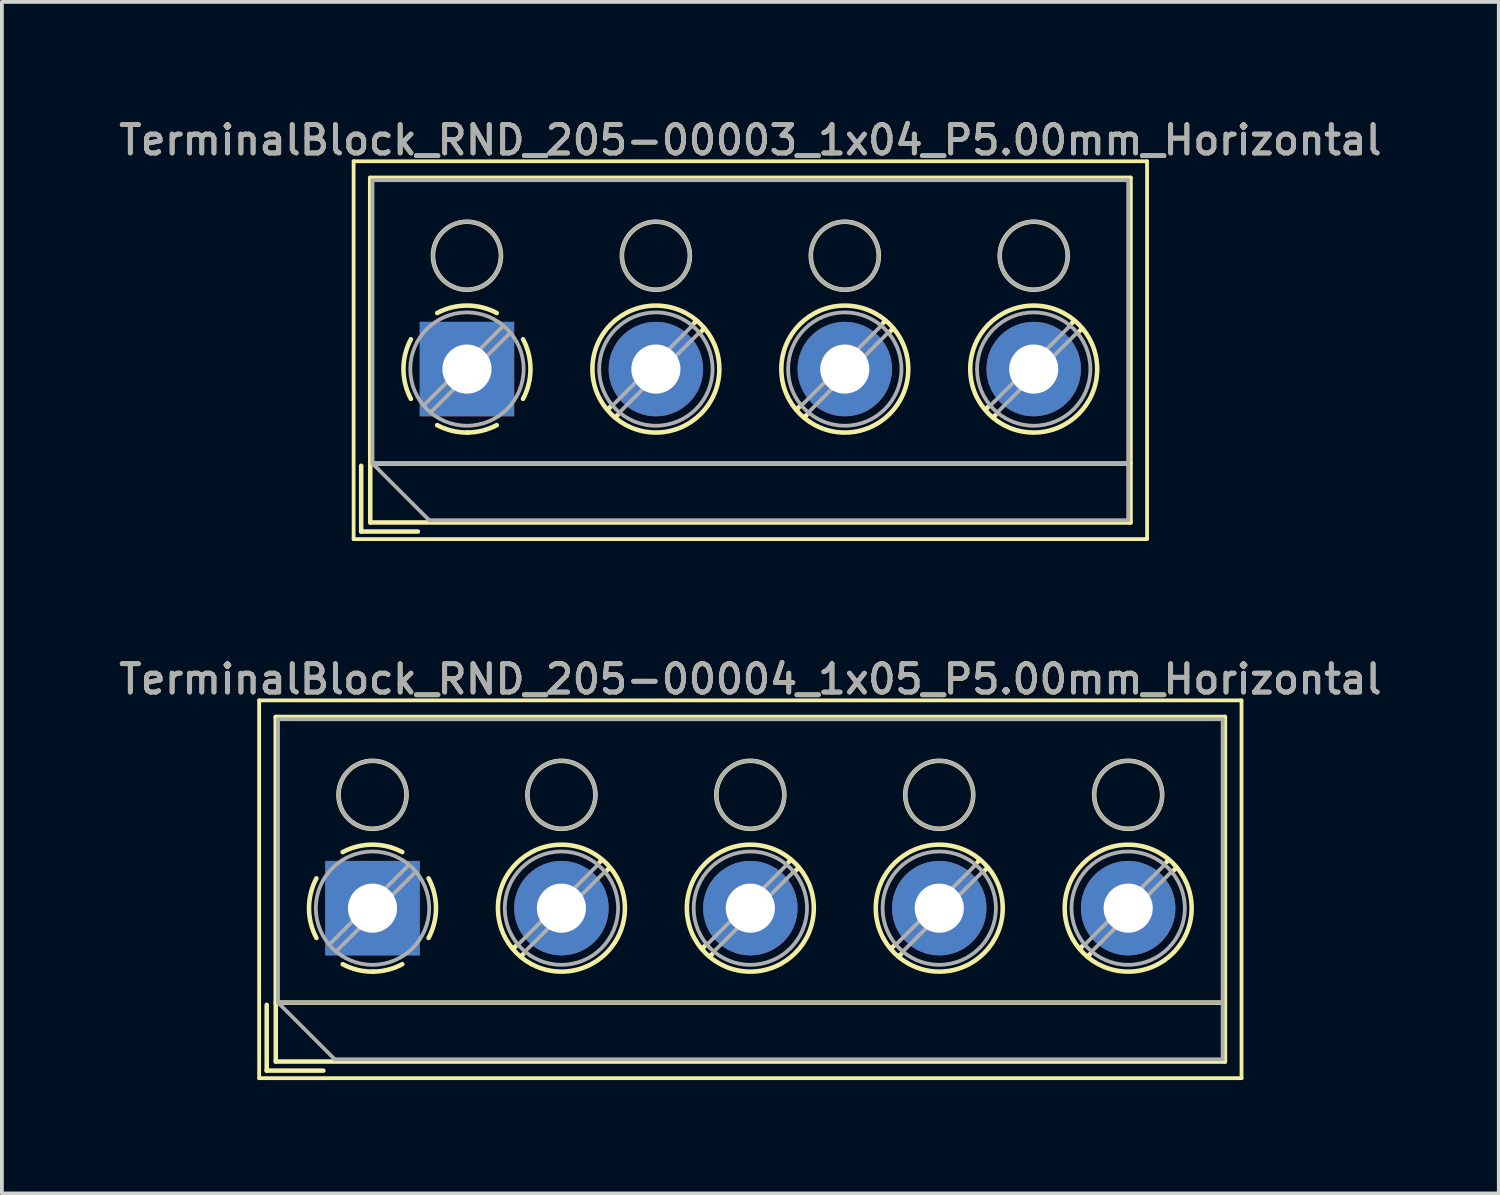
<source format=kicad_pcb>
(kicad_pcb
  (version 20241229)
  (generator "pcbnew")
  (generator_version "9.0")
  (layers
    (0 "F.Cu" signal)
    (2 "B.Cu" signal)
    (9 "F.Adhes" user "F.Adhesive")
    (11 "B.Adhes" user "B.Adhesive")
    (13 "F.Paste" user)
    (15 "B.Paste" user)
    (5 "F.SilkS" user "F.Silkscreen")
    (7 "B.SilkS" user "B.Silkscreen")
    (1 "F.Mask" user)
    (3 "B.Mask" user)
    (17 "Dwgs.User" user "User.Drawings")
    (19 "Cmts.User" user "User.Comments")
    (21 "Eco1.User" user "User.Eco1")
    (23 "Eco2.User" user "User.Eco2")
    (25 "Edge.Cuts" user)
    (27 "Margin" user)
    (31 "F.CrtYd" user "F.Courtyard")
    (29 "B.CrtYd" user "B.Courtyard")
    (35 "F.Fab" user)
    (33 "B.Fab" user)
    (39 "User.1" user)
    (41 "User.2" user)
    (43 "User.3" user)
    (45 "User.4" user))
  (footprint "TerminalBlock_RND_205-00004_1x05_P5.00mm_Horizontal"
    (layer "F.Cu")
    (at 6.809 20.986)
    (property "Reference" "TerminalBlock_RND_205-00004_1x05_P5.00mm_Horizontal" (at 10 -6.06 0) (layer "F.SilkS") (effects (font (size 0.75 0.75) (thickness 0.125))))
    (attr through_hole)
    (fp_line (start -3 -5.5) (end -3 4.5) (stroke (width 0.1) (type solid)) (layer "F.SilkS"))
    (fp_line (start -3 4.5) (end 23 4.5) (stroke (width 0.1) (type solid)) (layer "F.SilkS"))
    (fp_line (start -2.8 2.56) (end -2.8 4.3) (stroke (width 0.12) (type solid)) (layer "F.SilkS"))
    (fp_line (start -2.8 4.3) (end -1.3 4.3) (stroke (width 0.12) (type solid)) (layer "F.SilkS"))
    (fp_line (start -2.56 -5.06) (end -2.56 4.06) (stroke (width 0.12) (type solid)) (layer "F.SilkS"))
    (fp_line (start -2.56 -5.06) (end 22.56 -5.06) (stroke (width 0.12) (type solid)) (layer "F.SilkS"))
    (fp_line (start -2.56 2.5) (end 22.56 2.5) (stroke (width 0.12) (type solid)) (layer "F.SilkS"))
    (fp_line (start -2.56 4.06) (end 22.56 4.06) (stroke (width 0.12) (type solid)) (layer "F.SilkS"))
    (fp_line (start 3.82 0.976) (end 3.726 1.069) (stroke (width 0.12) (type solid)) (layer "F.SilkS"))
    (fp_line (start 3.99 1.216) (end 3.931 1.274) (stroke (width 0.12) (type solid)) (layer "F.SilkS"))
    (fp_line (start 6.07 -1.275) (end 6.011 -1.216) (stroke (width 0.12) (type solid)) (layer "F.SilkS"))
    (fp_line (start 6.275 -1.069) (end 6.181 -0.976) (stroke (width 0.12) (type solid)) (layer "F.SilkS"))
    (fp_line (start 8.82 0.976) (end 8.726 1.069) (stroke (width 0.12) (type solid)) (layer "F.SilkS"))
    (fp_line (start 8.99 1.216) (end 8.931 1.274) (stroke (width 0.12) (type solid)) (layer "F.SilkS"))
    (fp_line (start 11.07 -1.275) (end 11.011 -1.216) (stroke (width 0.12) (type solid)) (layer "F.SilkS"))
    (fp_line (start 11.275 -1.069) (end 11.181 -0.976) (stroke (width 0.12) (type solid)) (layer "F.SilkS"))
    (fp_line (start 13.82 0.976) (end 13.726 1.069) (stroke (width 0.12) (type solid)) (layer "F.SilkS"))
    (fp_line (start 13.99 1.216) (end 13.931 1.274) (stroke (width 0.12) (type solid)) (layer "F.SilkS"))
    (fp_line (start 16.07 -1.275) (end 16.011 -1.216) (stroke (width 0.12) (type solid)) (layer "F.SilkS"))
    (fp_line (start 16.275 -1.069) (end 16.181 -0.976) (stroke (width 0.12) (type solid)) (layer "F.SilkS"))
    (fp_line (start 18.82 0.976) (end 18.726 1.069) (stroke (width 0.12) (type solid)) (layer "F.SilkS"))
    (fp_line (start 18.99 1.216) (end 18.931 1.274) (stroke (width 0.12) (type solid)) (layer "F.SilkS"))
    (fp_line (start 21.07 -1.275) (end 21.011 -1.216) (stroke (width 0.12) (type solid)) (layer "F.SilkS"))
    (fp_line (start 21.275 -1.069) (end 21.181 -0.976) (stroke (width 0.12) (type solid)) (layer "F.SilkS"))
    (fp_line (start 22.56 -5.06) (end 22.56 4.06) (stroke (width 0.12) (type solid)) (layer "F.SilkS"))
    (fp_line (start 23 -5.5) (end -3 -5.5) (stroke (width 0.1) (type solid)) (layer "F.SilkS"))
    (fp_line (start 23 4.5) (end 23 -5.5) (stroke (width 0.1) (type solid)) (layer "F.SilkS"))
    (fp_arc (start -1.483953 0.789089) (mid -1.680708 0.00005) (end -1.484 -0.789) (stroke (width 0.12) (type solid)) (layer "F.SilkS"))
    (fp_arc (start -0.789089 -1.483953) (mid -0.00005 -1.680708) (end 0.789 -1.484) (stroke (width 0.12) (type solid)) (layer "F.SilkS"))
    (fp_arc (start 0.029383 1.68045) (mid -0.392304 1.634281) (end -0.789 1.484) (stroke (width 0.12) (type solid)) (layer "F.SilkS"))
    (fp_arc (start 0.788712 1.483352) (mid 0.406429 1.630097) (end 0 1.68) (stroke (width 0.12) (type solid)) (layer "F.SilkS"))
    (fp_arc (start 1.483953 -0.789089) (mid 1.680708 -0.00005) (end 1.484 0.789) (stroke (width 0.12) (type solid)) (layer "F.SilkS"))
    (fp_circle (center 0 -3) (end 0.9 -3) (stroke (width 0.12) (type solid)) (fill no) (layer "F.SilkS"))
    (fp_circle (center 5 -3) (end 5.9 -3) (stroke (width 0.12) (type solid)) (fill no) (layer "F.SilkS"))
    (fp_circle (center 5 0) (end 6.68 0) (stroke (width 0.12) (type solid)) (fill no) (layer "F.SilkS"))
    (fp_circle (center 10 -3) (end 10.9 -3) (stroke (width 0.12) (type solid)) (fill no) (layer "F.SilkS"))
    (fp_circle (center 10 0) (end 11.68 0) (stroke (width 0.12) (type solid)) (fill no) (layer "F.SilkS"))
    (fp_circle (center 15 -3) (end 15.9 -3) (stroke (width 0.12) (type solid)) (fill no) (layer "F.SilkS"))
    (fp_circle (center 15 0) (end 16.68 0) (stroke (width 0.12) (type solid)) (fill no) (layer "F.SilkS"))
    (fp_circle (center 20 -3) (end 20.9 -3) (stroke (width 0.12) (type solid)) (fill no) (layer "F.SilkS"))
    (fp_circle (center 20 0) (end 21.68 0) (stroke (width 0.12) (type solid)) (fill no) (layer "F.SilkS"))
    (fp_line (start -2.5 -5) (end 22.5 -5) (stroke (width 0.1) (type solid)) (layer "F.Fab"))
    (fp_line (start -2.5 2.5) (end -2.5 -5) (stroke (width 0.1) (type solid)) (layer "F.Fab"))
    (fp_line (start -2.5 2.5) (end 22.5 2.5) (stroke (width 0.1) (type solid)) (layer "F.Fab"))
    (fp_line (start -1 4) (end -2.5 2.5) (stroke (width 0.1) (type solid)) (layer "F.Fab"))
    (fp_line (start 0.955 -1.138) (end -1.138 0.955) (stroke (width 0.1) (type solid)) (layer "F.Fab"))
    (fp_line (start 1.138 -0.955) (end -0.955 1.138) (stroke (width 0.1) (type solid)) (layer "F.Fab"))
    (fp_line (start 5.955 -1.138) (end 3.863 0.955) (stroke (width 0.1) (type solid)) (layer "F.Fab"))
    (fp_line (start 6.138 -0.955) (end 4.046 1.138) (stroke (width 0.1) (type solid)) (layer "F.Fab"))
    (fp_line (start 10.955 -1.138) (end 8.863 0.955) (stroke (width 0.1) (type solid)) (layer "F.Fab"))
    (fp_line (start 11.138 -0.955) (end 9.046 1.138) (stroke (width 0.1) (type solid)) (layer "F.Fab"))
    (fp_line (start 15.955 -1.138) (end 13.863 0.955) (stroke (width 0.1) (type solid)) (layer "F.Fab"))
    (fp_line (start 16.138 -0.955) (end 14.046 1.138) (stroke (width 0.1) (type solid)) (layer "F.Fab"))
    (fp_line (start 20.955 -1.138) (end 18.863 0.955) (stroke (width 0.1) (type solid)) (layer "F.Fab"))
    (fp_line (start 21.138 -0.955) (end 19.046 1.138) (stroke (width 0.1) (type solid)) (layer "F.Fab"))
    (fp_line (start 22.5 -5) (end 22.5 4) (stroke (width 0.1) (type solid)) (layer "F.Fab"))
    (fp_line (start 22.5 4) (end -1 4) (stroke (width 0.1) (type solid)) (layer "F.Fab"))
    (fp_circle (center 0 -3) (end 0.9 -3) (stroke (width 0.1) (type solid)) (fill no) (layer "F.Fab"))
    (fp_circle (center 0 0) (end 1.5 0) (stroke (width 0.1) (type solid)) (fill no) (layer "F.Fab"))
    (fp_circle (center 5 -3) (end 5.9 -3) (stroke (width 0.1) (type solid)) (fill no) (layer "F.Fab"))
    (fp_circle (center 5 0) (end 6.5 0) (stroke (width 0.1) (type solid)) (fill no) (layer "F.Fab"))
    (fp_circle (center 10 -3) (end 10.9 -3) (stroke (width 0.1) (type solid)) (fill no) (layer "F.Fab"))
    (fp_circle (center 10 0) (end 11.5 0) (stroke (width 0.1) (type solid)) (fill no) (layer "F.Fab"))
    (fp_circle (center 15 -3) (end 15.9 -3) (stroke (width 0.1) (type solid)) (fill no) (layer "F.Fab"))
    (fp_circle (center 15 0) (end 16.5 0) (stroke (width 0.1) (type solid)) (fill no) (layer "F.Fab"))
    (fp_circle (center 20 -3) (end 20.9 -3) (stroke (width 0.1) (type solid)) (fill no) (layer "F.Fab"))
    (fp_circle (center 20 0) (end 21.5 0) (stroke (width 0.1) (type solid)) (fill no) (layer "F.Fab"))
    (fp_text user "${REFERENCE}" (at 10 -6.06 0) (layer "F.Fab") (effects (font (size 0.75 0.75) (thickness 0.125))))
    (pad "1" thru_hole rect (at 0 0) (size 2.5 2.5) (drill 1.3) (layers "*.Cu" "*.Mask"))
    (pad "2" thru_hole circle (at 5 0) (size 2.5 2.5) (drill 1.3) (layers "*.Cu" "*.Mask"))
    (pad "3" thru_hole circle (at 10 0) (size 2.5 2.5) (drill 1.3) (layers "*.Cu" "*.Mask"))
    (pad "4" thru_hole circle (at 15 0) (size 2.5 2.5) (drill 1.3) (layers "*.Cu" "*.Mask"))
    (pad "5" thru_hole circle (at 20 0) (size 2.5 2.5) (drill 1.3) (layers "*.Cu" "*.Mask")))
  (footprint "TerminalBlock_RND_205-00003_1x04_P5.00mm_Horizontal"
    (layer "F.Cu")
    (at 9.309 6.718)
    (property "Reference" "TerminalBlock_RND_205-00003_1x04_P5.00mm_Horizontal" (at 7.5 -6.06 0) (layer "F.SilkS") (effects (font (size 0.75 0.75) (thickness 0.125))))
    (attr through_hole)
    (fp_line (start -3 -5.5) (end -3 4.5) (stroke (width 0.1) (type solid)) (layer "F.SilkS"))
    (fp_line (start -3 4.5) (end 18 4.5) (stroke (width 0.1) (type solid)) (layer "F.SilkS"))
    (fp_line (start -2.8 2.56) (end -2.8 4.3) (stroke (width 0.12) (type solid)) (layer "F.SilkS"))
    (fp_line (start -2.8 4.3) (end -1.3 4.3) (stroke (width 0.12) (type solid)) (layer "F.SilkS"))
    (fp_line (start -2.56 -5.06) (end -2.56 4.06) (stroke (width 0.12) (type solid)) (layer "F.SilkS"))
    (fp_line (start -2.56 -5.06) (end 17.561 -5.06) (stroke (width 0.12) (type solid)) (layer "F.SilkS"))
    (fp_line (start -2.56 2.5) (end 17.561 2.5) (stroke (width 0.12) (type solid)) (layer "F.SilkS"))
    (fp_line (start -2.56 4.06) (end 17.561 4.06) (stroke (width 0.12) (type solid)) (layer "F.SilkS"))
    (fp_line (start 3.82 0.976) (end 3.726 1.069) (stroke (width 0.12) (type solid)) (layer "F.SilkS"))
    (fp_line (start 3.99 1.216) (end 3.931 1.274) (stroke (width 0.12) (type solid)) (layer "F.SilkS"))
    (fp_line (start 6.07 -1.275) (end 6.011 -1.216) (stroke (width 0.12) (type solid)) (layer "F.SilkS"))
    (fp_line (start 6.275 -1.069) (end 6.181 -0.976) (stroke (width 0.12) (type solid)) (layer "F.SilkS"))
    (fp_line (start 8.82 0.976) (end 8.726 1.069) (stroke (width 0.12) (type solid)) (layer "F.SilkS"))
    (fp_line (start 8.99 1.216) (end 8.931 1.274) (stroke (width 0.12) (type solid)) (layer "F.SilkS"))
    (fp_line (start 11.07 -1.275) (end 11.011 -1.216) (stroke (width 0.12) (type solid)) (layer "F.SilkS"))
    (fp_line (start 11.275 -1.069) (end 11.181 -0.976) (stroke (width 0.12) (type solid)) (layer "F.SilkS"))
    (fp_line (start 13.82 0.976) (end 13.726 1.069) (stroke (width 0.12) (type solid)) (layer "F.SilkS"))
    (fp_line (start 13.99 1.216) (end 13.931 1.274) (stroke (width 0.12) (type solid)) (layer "F.SilkS"))
    (fp_line (start 16.07 -1.275) (end 16.011 -1.216) (stroke (width 0.12) (type solid)) (layer "F.SilkS"))
    (fp_line (start 16.275 -1.069) (end 16.181 -0.976) (stroke (width 0.12) (type solid)) (layer "F.SilkS"))
    (fp_line (start 17.561 -5.06) (end 17.561 4.06) (stroke (width 0.12) (type solid)) (layer "F.SilkS"))
    (fp_line (start 18 -5.5) (end -3 -5.5) (stroke (width 0.1) (type solid)) (layer "F.SilkS"))
    (fp_line (start 18 4.5) (end 18 -5.5) (stroke (width 0.1) (type solid)) (layer "F.SilkS"))
    (fp_arc (start -1.483953 0.789089) (mid -1.680708 0.00005) (end -1.484 -0.789) (stroke (width 0.12) (type solid)) (layer "F.SilkS"))
    (fp_arc (start -0.789089 -1.483953) (mid -0.00005 -1.680708) (end 0.789 -1.484) (stroke (width 0.12) (type solid)) (layer "F.SilkS"))
    (fp_arc (start 0.029383 1.68045) (mid -0.392304 1.634281) (end -0.789 1.484) (stroke (width 0.12) (type solid)) (layer "F.SilkS"))
    (fp_arc (start 0.788712 1.483352) (mid 0.406429 1.630097) (end 0 1.68) (stroke (width 0.12) (type solid)) (layer "F.SilkS"))
    (fp_arc (start 1.483953 -0.789089) (mid 1.680708 -0.00005) (end 1.484 0.789) (stroke (width 0.12) (type solid)) (layer "F.SilkS"))
    (fp_circle (center 0 -3) (end 0.9 -3) (stroke (width 0.12) (type solid)) (fill no) (layer "F.SilkS"))
    (fp_circle (center 5 -3) (end 5.9 -3) (stroke (width 0.12) (type solid)) (fill no) (layer "F.SilkS"))
    (fp_circle (center 5 0) (end 6.68 0) (stroke (width 0.12) (type solid)) (fill no) (layer "F.SilkS"))
    (fp_circle (center 10 -3) (end 10.9 -3) (stroke (width 0.12) (type solid)) (fill no) (layer "F.SilkS"))
    (fp_circle (center 10 0) (end 11.68 0) (stroke (width 0.12) (type solid)) (fill no) (layer "F.SilkS"))
    (fp_circle (center 15 -3) (end 15.9 -3) (stroke (width 0.12) (type solid)) (fill no) (layer "F.SilkS"))
    (fp_circle (center 15 0) (end 16.68 0) (stroke (width 0.12) (type solid)) (fill no) (layer "F.SilkS"))
    (fp_line (start -2.5 -5) (end 17.5 -5) (stroke (width 0.1) (type solid)) (layer "F.Fab"))
    (fp_line (start -2.5 2.5) (end -2.5 -5) (stroke (width 0.1) (type solid)) (layer "F.Fab"))
    (fp_line (start -2.5 2.5) (end 17.5 2.5) (stroke (width 0.1) (type solid)) (layer "F.Fab"))
    (fp_line (start -1 4) (end -2.5 2.5) (stroke (width 0.1) (type solid)) (layer "F.Fab"))
    (fp_line (start 0.955 -1.138) (end -1.138 0.955) (stroke (width 0.1) (type solid)) (layer "F.Fab"))
    (fp_line (start 1.138 -0.955) (end -0.955 1.138) (stroke (width 0.1) (type solid)) (layer "F.Fab"))
    (fp_line (start 5.955 -1.138) (end 3.863 0.955) (stroke (width 0.1) (type solid)) (layer "F.Fab"))
    (fp_line (start 6.138 -0.955) (end 4.046 1.138) (stroke (width 0.1) (type solid)) (layer "F.Fab"))
    (fp_line (start 10.955 -1.138) (end 8.863 0.955) (stroke (width 0.1) (type solid)) (layer "F.Fab"))
    (fp_line (start 11.138 -0.955) (end 9.046 1.138) (stroke (width 0.1) (type solid)) (layer "F.Fab"))
    (fp_line (start 15.955 -1.138) (end 13.863 0.955) (stroke (width 0.1) (type solid)) (layer "F.Fab"))
    (fp_line (start 16.138 -0.955) (end 14.046 1.138) (stroke (width 0.1) (type solid)) (layer "F.Fab"))
    (fp_line (start 17.5 -5) (end 17.5 4) (stroke (width 0.1) (type solid)) (layer "F.Fab"))
    (fp_line (start 17.5 4) (end -1 4) (stroke (width 0.1) (type solid)) (layer "F.Fab"))
    (fp_circle (center 0 -3) (end 0.9 -3) (stroke (width 0.1) (type solid)) (fill no) (layer "F.Fab"))
    (fp_circle (center 0 0) (end 1.5 0) (stroke (width 0.1) (type solid)) (fill no) (layer "F.Fab"))
    (fp_circle (center 5 -3) (end 5.9 -3) (stroke (width 0.1) (type solid)) (fill no) (layer "F.Fab"))
    (fp_circle (center 5 0) (end 6.5 0) (stroke (width 0.1) (type solid)) (fill no) (layer "F.Fab"))
    (fp_circle (center 10 -3) (end 10.9 -3) (stroke (width 0.1) (type solid)) (fill no) (layer "F.Fab"))
    (fp_circle (center 10 0) (end 11.5 0) (stroke (width 0.1) (type solid)) (fill no) (layer "F.Fab"))
    (fp_circle (center 15 -3) (end 15.9 -3) (stroke (width 0.1) (type solid)) (fill no) (layer "F.Fab"))
    (fp_circle (center 15 0) (end 16.5 0) (stroke (width 0.1) (type solid)) (fill no) (layer "F.Fab"))
    (fp_text user "${REFERENCE}" (at 7.5 -6.06 0) (layer "F.Fab") (effects (font (size 0.75 0.75) (thickness 0.125))))
    (pad "1" thru_hole rect (at 0 0) (size 2.5 2.5) (drill 1.3) (layers "*.Cu" "*.Mask"))
    (pad "2" thru_hole circle (at 5 0) (size 2.5 2.5) (drill 1.3) (layers "*.Cu" "*.Mask"))
    (pad "3" thru_hole circle (at 10 0) (size 2.5 2.5) (drill 1.3) (layers "*.Cu" "*.Mask"))
    (pad "4" thru_hole circle (at 15 0) (size 2.5 2.5) (drill 1.3) (layers "*.Cu" "*.Mask")))
  (gr_rect
    (start -3 -3)
    (end 36.618 28.536)
    (stroke (width 0.1) (type default))
    (fill no)
    (layer "Edge.Cuts")))
</source>
